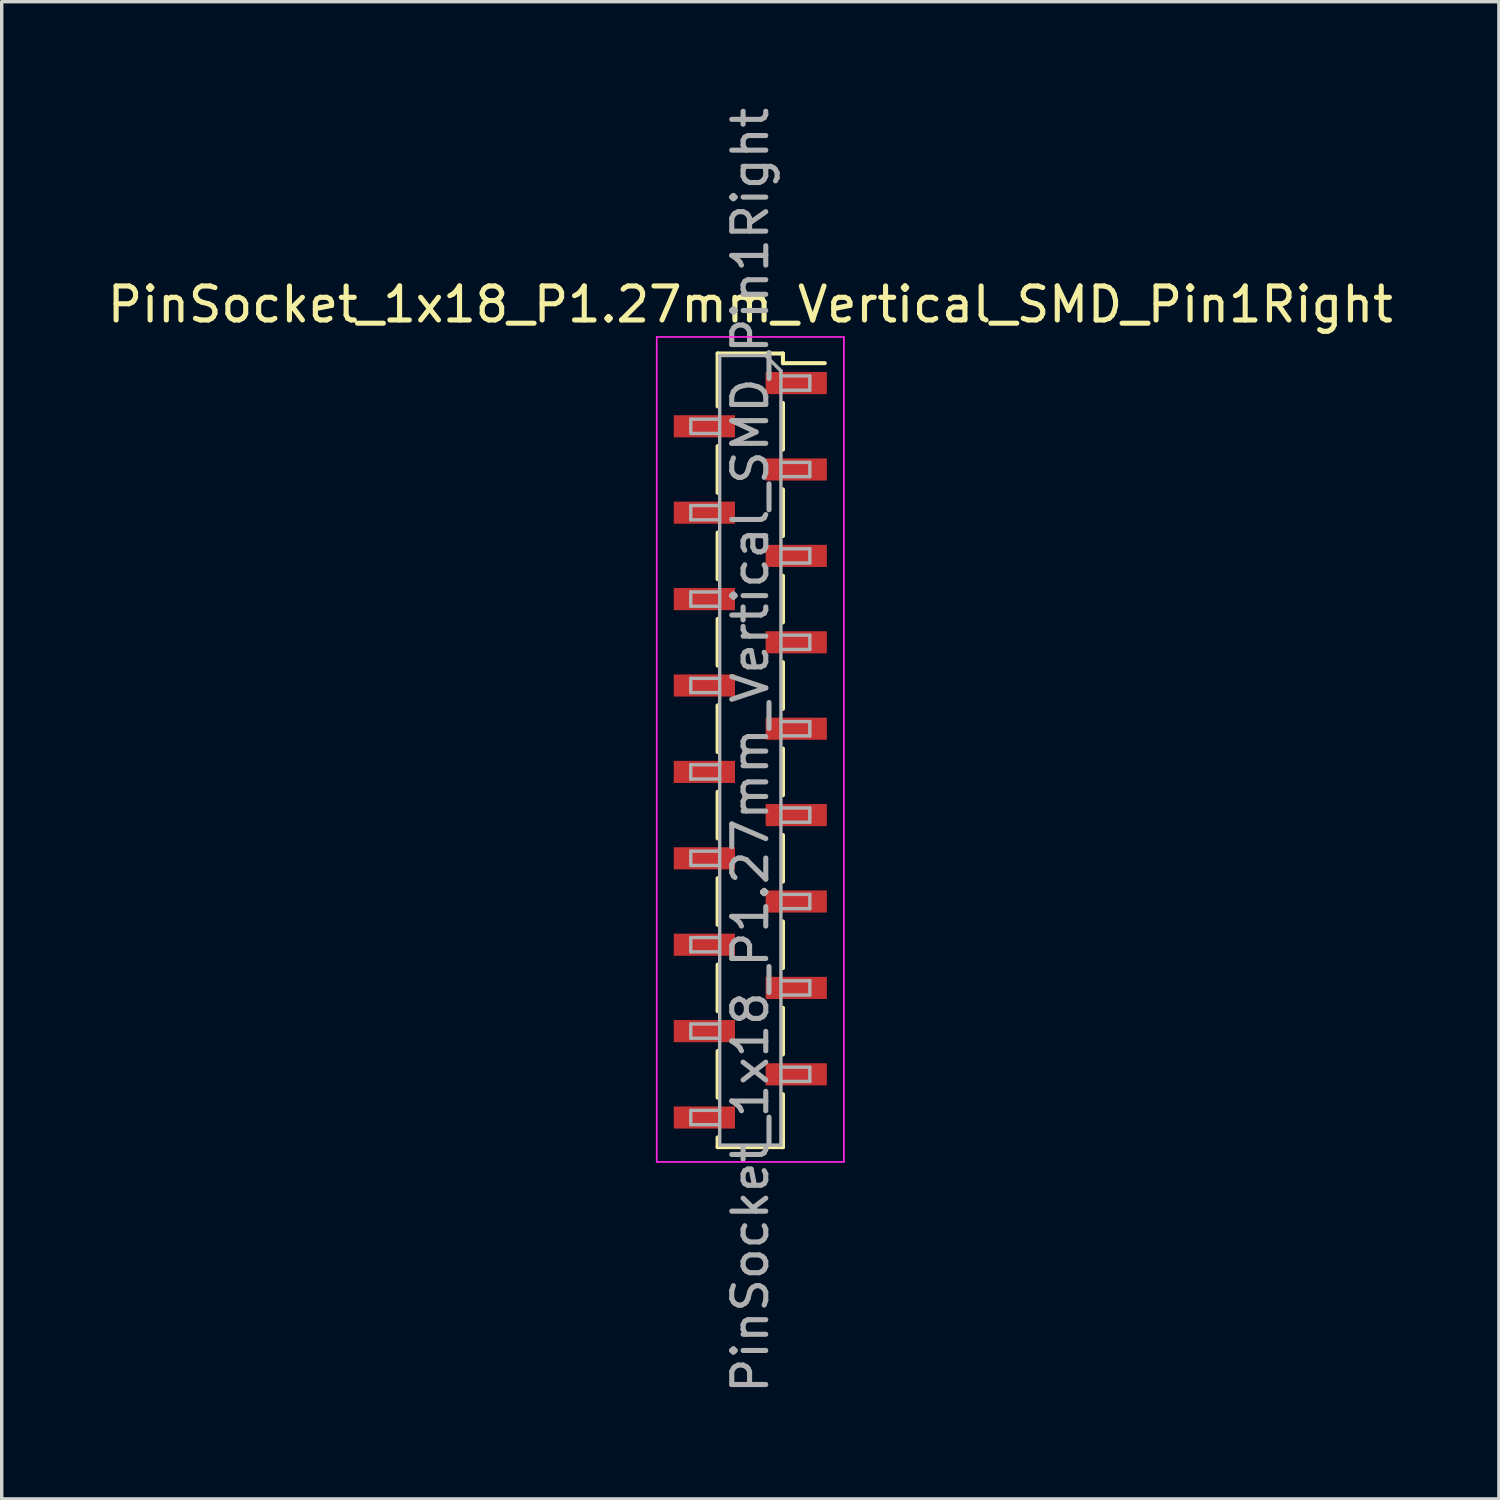
<source format=kicad_pcb>
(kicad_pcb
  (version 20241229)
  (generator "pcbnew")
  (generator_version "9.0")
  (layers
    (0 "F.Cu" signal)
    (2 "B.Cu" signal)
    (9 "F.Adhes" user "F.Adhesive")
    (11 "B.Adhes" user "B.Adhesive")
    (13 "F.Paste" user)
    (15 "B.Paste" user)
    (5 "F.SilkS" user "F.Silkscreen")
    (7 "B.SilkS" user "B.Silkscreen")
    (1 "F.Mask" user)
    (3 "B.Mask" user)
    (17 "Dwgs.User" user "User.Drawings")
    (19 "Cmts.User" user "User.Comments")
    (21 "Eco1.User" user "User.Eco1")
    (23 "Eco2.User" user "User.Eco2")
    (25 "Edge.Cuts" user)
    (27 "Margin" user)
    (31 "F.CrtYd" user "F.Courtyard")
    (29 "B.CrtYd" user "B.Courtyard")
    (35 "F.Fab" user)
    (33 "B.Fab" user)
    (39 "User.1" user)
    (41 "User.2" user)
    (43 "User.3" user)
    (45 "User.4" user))
  (footprint "PinSocket_1x18_P1.27mm_Vertical_SMD_Pin1Right"
    (layer "F.Cu")
    (at 19.006 19.006)
    (property "Reference" "PinSocket_1x18_P1.27mm_Vertical_SMD_Pin1Right" (at 0 -13.105 0) (layer "F.SilkS") (effects (font (size 1 1) (thickness 0.15))))
    (attr smd)
    (fp_line (start -0.96 -11.665) (end -0.96 -10.11) (stroke (width 0.12) (type solid)) (layer "F.SilkS"))
    (fp_line (start -0.96 -11.665) (end 0.96 -11.665) (stroke (width 0.12) (type solid)) (layer "F.SilkS"))
    (fp_line (start -0.96 -8.94) (end -0.96 -7.57) (stroke (width 0.12) (type solid)) (layer "F.SilkS"))
    (fp_line (start -0.96 -6.4) (end -0.96 -5.03) (stroke (width 0.12) (type solid)) (layer "F.SilkS"))
    (fp_line (start -0.96 -3.86) (end -0.96 -2.49) (stroke (width 0.12) (type solid)) (layer "F.SilkS"))
    (fp_line (start -0.96 -1.32) (end -0.96 0.05) (stroke (width 0.12) (type solid)) (layer "F.SilkS"))
    (fp_line (start -0.96 1.22) (end -0.96 2.59) (stroke (width 0.12) (type solid)) (layer "F.SilkS"))
    (fp_line (start -0.96 3.76) (end -0.96 5.13) (stroke (width 0.12) (type solid)) (layer "F.SilkS"))
    (fp_line (start -0.96 6.3) (end -0.96 7.67) (stroke (width 0.12) (type solid)) (layer "F.SilkS"))
    (fp_line (start -0.96 8.84) (end -0.96 10.21) (stroke (width 0.12) (type solid)) (layer "F.SilkS"))
    (fp_line (start -0.96 11.38) (end -0.96 11.665) (stroke (width 0.12) (type solid)) (layer "F.SilkS"))
    (fp_line (start -0.96 11.665) (end 0.96 11.665) (stroke (width 0.12) (type solid)) (layer "F.SilkS"))
    (fp_line (start 0.96 -11.665) (end 0.96 -11.38) (stroke (width 0.12) (type solid)) (layer "F.SilkS"))
    (fp_line (start 0.96 -11.38) (end 2.19 -11.38) (stroke (width 0.12) (type solid)) (layer "F.SilkS"))
    (fp_line (start 0.96 -10.21) (end 0.96 -8.84) (stroke (width 0.12) (type solid)) (layer "F.SilkS"))
    (fp_line (start 0.96 -7.67) (end 0.96 -6.3) (stroke (width 0.12) (type solid)) (layer "F.SilkS"))
    (fp_line (start 0.96 -5.13) (end 0.96 -3.76) (stroke (width 0.12) (type solid)) (layer "F.SilkS"))
    (fp_line (start 0.96 -2.59) (end 0.96 -1.22) (stroke (width 0.12) (type solid)) (layer "F.SilkS"))
    (fp_line (start 0.96 -0.05) (end 0.96 1.32) (stroke (width 0.12) (type solid)) (layer "F.SilkS"))
    (fp_line (start 0.96 2.49) (end 0.96 3.86) (stroke (width 0.12) (type solid)) (layer "F.SilkS"))
    (fp_line (start 0.96 5.03) (end 0.96 6.4) (stroke (width 0.12) (type solid)) (layer "F.SilkS"))
    (fp_line (start 0.96 7.57) (end 0.96 8.94) (stroke (width 0.12) (type solid)) (layer "F.SilkS"))
    (fp_line (start 0.96 10.11) (end 0.96 11.665) (stroke (width 0.12) (type solid)) (layer "F.SilkS"))
    (fp_line (start -2.75 -12.15) (end 2.75 -12.15) (stroke (width 0.05) (type solid)) (layer "F.CrtYd"))
    (fp_line (start -2.75 12.1) (end -2.75 -12.15) (stroke (width 0.05) (type solid)) (layer "F.CrtYd"))
    (fp_line (start 2.75 -12.15) (end 2.75 12.1) (stroke (width 0.05) (type solid)) (layer "F.CrtYd"))
    (fp_line (start 2.75 12.1) (end -2.75 12.1) (stroke (width 0.05) (type solid)) (layer "F.CrtYd"))
    (fp_line (start -1.75 -9.735) (end -0.9 -9.735) (stroke (width 0.1) (type solid)) (layer "F.Fab"))
    (fp_line (start -1.75 -9.315) (end -1.75 -9.735) (stroke (width 0.1) (type solid)) (layer "F.Fab"))
    (fp_line (start -1.75 -7.195) (end -0.9 -7.195) (stroke (width 0.1) (type solid)) (layer "F.Fab"))
    (fp_line (start -1.75 -6.775) (end -1.75 -7.195) (stroke (width 0.1) (type solid)) (layer "F.Fab"))
    (fp_line (start -1.75 -4.655) (end -0.9 -4.655) (stroke (width 0.1) (type solid)) (layer "F.Fab"))
    (fp_line (start -1.75 -4.235) (end -1.75 -4.655) (stroke (width 0.1) (type solid)) (layer "F.Fab"))
    (fp_line (start -1.75 -2.115) (end -0.9 -2.115) (stroke (width 0.1) (type solid)) (layer "F.Fab"))
    (fp_line (start -1.75 -1.695) (end -1.75 -2.115) (stroke (width 0.1) (type solid)) (layer "F.Fab"))
    (fp_line (start -1.75 0.425) (end -0.9 0.425) (stroke (width 0.1) (type solid)) (layer "F.Fab"))
    (fp_line (start -1.75 0.845) (end -1.75 0.425) (stroke (width 0.1) (type solid)) (layer "F.Fab"))
    (fp_line (start -1.75 2.965) (end -0.9 2.965) (stroke (width 0.1) (type solid)) (layer "F.Fab"))
    (fp_line (start -1.75 3.385) (end -1.75 2.965) (stroke (width 0.1) (type solid)) (layer "F.Fab"))
    (fp_line (start -1.75 5.505) (end -0.9 5.505) (stroke (width 0.1) (type solid)) (layer "F.Fab"))
    (fp_line (start -1.75 5.925) (end -1.75 5.505) (stroke (width 0.1) (type solid)) (layer "F.Fab"))
    (fp_line (start -1.75 8.045) (end -0.9 8.045) (stroke (width 0.1) (type solid)) (layer "F.Fab"))
    (fp_line (start -1.75 8.465) (end -1.75 8.045) (stroke (width 0.1) (type solid)) (layer "F.Fab"))
    (fp_line (start -1.75 10.585) (end -0.9 10.585) (stroke (width 0.1) (type solid)) (layer "F.Fab"))
    (fp_line (start -1.75 11.005) (end -1.75 10.585) (stroke (width 0.1) (type solid)) (layer "F.Fab"))
    (fp_line (start -0.9 -11.605) (end 0.45 -11.605) (stroke (width 0.1) (type solid)) (layer "F.Fab"))
    (fp_line (start -0.9 -9.315) (end -1.75 -9.315) (stroke (width 0.1) (type solid)) (layer "F.Fab"))
    (fp_line (start -0.9 -6.775) (end -1.75 -6.775) (stroke (width 0.1) (type solid)) (layer "F.Fab"))
    (fp_line (start -0.9 -4.235) (end -1.75 -4.235) (stroke (width 0.1) (type solid)) (layer "F.Fab"))
    (fp_line (start -0.9 -1.695) (end -1.75 -1.695) (stroke (width 0.1) (type solid)) (layer "F.Fab"))
    (fp_line (start -0.9 0.845) (end -1.75 0.845) (stroke (width 0.1) (type solid)) (layer "F.Fab"))
    (fp_line (start -0.9 3.385) (end -1.75 3.385) (stroke (width 0.1) (type solid)) (layer "F.Fab"))
    (fp_line (start -0.9 5.925) (end -1.75 5.925) (stroke (width 0.1) (type solid)) (layer "F.Fab"))
    (fp_line (start -0.9 8.465) (end -1.75 8.465) (stroke (width 0.1) (type solid)) (layer "F.Fab"))
    (fp_line (start -0.9 11.005) (end -1.75 11.005) (stroke (width 0.1) (type solid)) (layer "F.Fab"))
    (fp_line (start -0.9 11.605) (end -0.9 -11.605) (stroke (width 0.1) (type solid)) (layer "F.Fab"))
    (fp_line (start 0.45 -11.605) (end 0.9 -11.155) (stroke (width 0.1) (type solid)) (layer "F.Fab"))
    (fp_line (start 0.9 -11.155) (end 0.9 11.605) (stroke (width 0.1) (type solid)) (layer "F.Fab"))
    (fp_line (start 0.9 -11.005) (end 1.75 -11.005) (stroke (width 0.1) (type solid)) (layer "F.Fab"))
    (fp_line (start 0.9 -8.465) (end 1.75 -8.465) (stroke (width 0.1) (type solid)) (layer "F.Fab"))
    (fp_line (start 0.9 -5.925) (end 1.75 -5.925) (stroke (width 0.1) (type solid)) (layer "F.Fab"))
    (fp_line (start 0.9 -3.385) (end 1.75 -3.385) (stroke (width 0.1) (type solid)) (layer "F.Fab"))
    (fp_line (start 0.9 -0.845) (end 1.75 -0.845) (stroke (width 0.1) (type solid)) (layer "F.Fab"))
    (fp_line (start 0.9 1.695) (end 1.75 1.695) (stroke (width 0.1) (type solid)) (layer "F.Fab"))
    (fp_line (start 0.9 4.235) (end 1.75 4.235) (stroke (width 0.1) (type solid)) (layer "F.Fab"))
    (fp_line (start 0.9 6.775) (end 1.75 6.775) (stroke (width 0.1) (type solid)) (layer "F.Fab"))
    (fp_line (start 0.9 9.315) (end 1.75 9.315) (stroke (width 0.1) (type solid)) (layer "F.Fab"))
    (fp_line (start 0.9 11.605) (end -0.9 11.605) (stroke (width 0.1) (type solid)) (layer "F.Fab"))
    (fp_line (start 1.75 -11.005) (end 1.75 -10.585) (stroke (width 0.1) (type solid)) (layer "F.Fab"))
    (fp_line (start 1.75 -10.585) (end 0.9 -10.585) (stroke (width 0.1) (type solid)) (layer "F.Fab"))
    (fp_line (start 1.75 -8.465) (end 1.75 -8.045) (stroke (width 0.1) (type solid)) (layer "F.Fab"))
    (fp_line (start 1.75 -8.045) (end 0.9 -8.045) (stroke (width 0.1) (type solid)) (layer "F.Fab"))
    (fp_line (start 1.75 -5.925) (end 1.75 -5.505) (stroke (width 0.1) (type solid)) (layer "F.Fab"))
    (fp_line (start 1.75 -5.505) (end 0.9 -5.505) (stroke (width 0.1) (type solid)) (layer "F.Fab"))
    (fp_line (start 1.75 -3.385) (end 1.75 -2.965) (stroke (width 0.1) (type solid)) (layer "F.Fab"))
    (fp_line (start 1.75 -2.965) (end 0.9 -2.965) (stroke (width 0.1) (type solid)) (layer "F.Fab"))
    (fp_line (start 1.75 -0.845) (end 1.75 -0.425) (stroke (width 0.1) (type solid)) (layer "F.Fab"))
    (fp_line (start 1.75 -0.425) (end 0.9 -0.425) (stroke (width 0.1) (type solid)) (layer "F.Fab"))
    (fp_line (start 1.75 1.695) (end 1.75 2.115) (stroke (width 0.1) (type solid)) (layer "F.Fab"))
    (fp_line (start 1.75 2.115) (end 0.9 2.115) (stroke (width 0.1) (type solid)) (layer "F.Fab"))
    (fp_line (start 1.75 4.235) (end 1.75 4.655) (stroke (width 0.1) (type solid)) (layer "F.Fab"))
    (fp_line (start 1.75 4.655) (end 0.9 4.655) (stroke (width 0.1) (type solid)) (layer "F.Fab"))
    (fp_line (start 1.75 6.775) (end 1.75 7.195) (stroke (width 0.1) (type solid)) (layer "F.Fab"))
    (fp_line (start 1.75 7.195) (end 0.9 7.195) (stroke (width 0.1) (type solid)) (layer "F.Fab"))
    (fp_line (start 1.75 9.315) (end 1.75 9.735) (stroke (width 0.1) (type solid)) (layer "F.Fab"))
    (fp_line (start 1.75 9.735) (end 0.9 9.735) (stroke (width 0.1) (type solid)) (layer "F.Fab"))
    (fp_text user "${REFERENCE}" (at 0 0 90) (layer "F.Fab") (effects (font (size 1 1) (thickness 0.15))))
    (pad "1" smd rect (at 1.35 -10.795) (size 1.8 0.65) (layers "F.Cu" "F.Mask" "F.Paste"))
    (pad "2" smd rect (at -1.35 -9.525) (size 1.8 0.65) (layers "F.Cu" "F.Mask" "F.Paste"))
    (pad "3" smd rect (at 1.35 -8.255) (size 1.8 0.65) (layers "F.Cu" "F.Mask" "F.Paste"))
    (pad "4" smd rect (at -1.35 -6.985) (size 1.8 0.65) (layers "F.Cu" "F.Mask" "F.Paste"))
    (pad "5" smd rect (at 1.35 -5.715) (size 1.8 0.65) (layers "F.Cu" "F.Mask" "F.Paste"))
    (pad "6" smd rect (at -1.35 -4.445) (size 1.8 0.65) (layers "F.Cu" "F.Mask" "F.Paste"))
    (pad "7" smd rect (at 1.35 -3.175) (size 1.8 0.65) (layers "F.Cu" "F.Mask" "F.Paste"))
    (pad "8" smd rect (at -1.35 -1.905) (size 1.8 0.65) (layers "F.Cu" "F.Mask" "F.Paste"))
    (pad "9" smd rect (at 1.35 -0.635) (size 1.8 0.65) (layers "F.Cu" "F.Mask" "F.Paste"))
    (pad "10" smd rect (at -1.35 0.635) (size 1.8 0.65) (layers "F.Cu" "F.Mask" "F.Paste"))
    (pad "11" smd rect (at 1.35 1.905) (size 1.8 0.65) (layers "F.Cu" "F.Mask" "F.Paste"))
    (pad "12" smd rect (at -1.35 3.175) (size 1.8 0.65) (layers "F.Cu" "F.Mask" "F.Paste"))
    (pad "13" smd rect (at 1.35 4.445) (size 1.8 0.65) (layers "F.Cu" "F.Mask" "F.Paste"))
    (pad "14" smd rect (at -1.35 5.715) (size 1.8 0.65) (layers "F.Cu" "F.Mask" "F.Paste"))
    (pad "15" smd rect (at 1.35 6.985) (size 1.8 0.65) (layers "F.Cu" "F.Mask" "F.Paste"))
    (pad "16" smd rect (at -1.35 8.255) (size 1.8 0.65) (layers "F.Cu" "F.Mask" "F.Paste"))
    (pad "17" smd rect (at 1.35 9.525) (size 1.8 0.65) (layers "F.Cu" "F.Mask" "F.Paste"))
    (pad "18" smd rect (at -1.35 10.795) (size 1.8 0.65) (layers "F.Cu" "F.Mask" "F.Paste")))
  (gr_rect
    (start -3 -3)
    (end 41.012 41.012)
    (stroke (width 0.1) (type default))
    (fill no)
    (layer "Edge.Cuts")))
</source>
